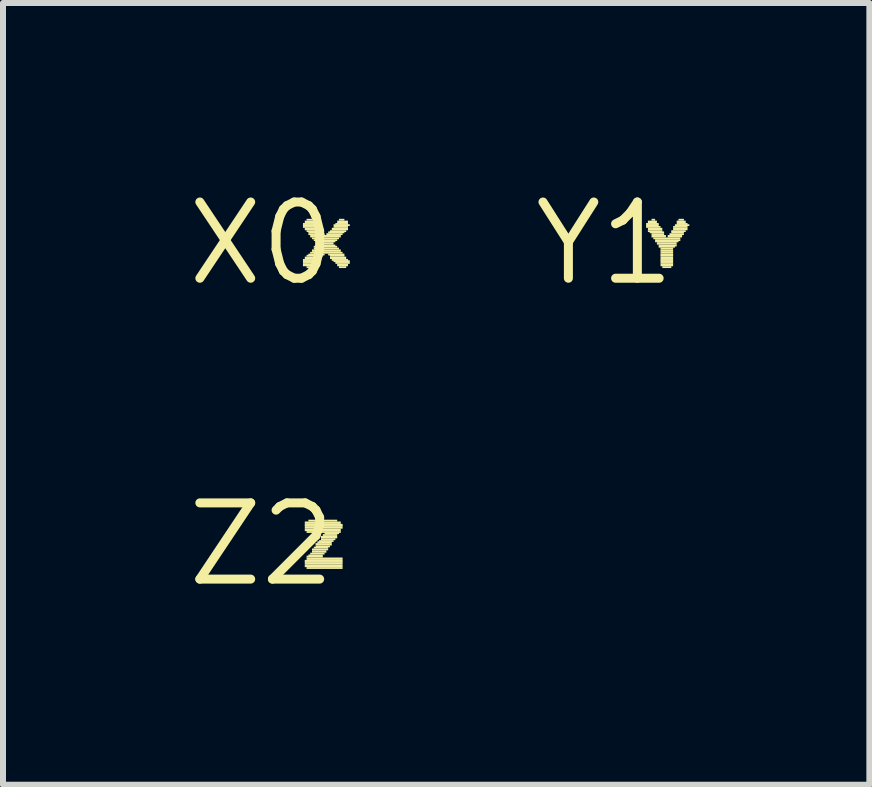
<source format=kicad_pcb>
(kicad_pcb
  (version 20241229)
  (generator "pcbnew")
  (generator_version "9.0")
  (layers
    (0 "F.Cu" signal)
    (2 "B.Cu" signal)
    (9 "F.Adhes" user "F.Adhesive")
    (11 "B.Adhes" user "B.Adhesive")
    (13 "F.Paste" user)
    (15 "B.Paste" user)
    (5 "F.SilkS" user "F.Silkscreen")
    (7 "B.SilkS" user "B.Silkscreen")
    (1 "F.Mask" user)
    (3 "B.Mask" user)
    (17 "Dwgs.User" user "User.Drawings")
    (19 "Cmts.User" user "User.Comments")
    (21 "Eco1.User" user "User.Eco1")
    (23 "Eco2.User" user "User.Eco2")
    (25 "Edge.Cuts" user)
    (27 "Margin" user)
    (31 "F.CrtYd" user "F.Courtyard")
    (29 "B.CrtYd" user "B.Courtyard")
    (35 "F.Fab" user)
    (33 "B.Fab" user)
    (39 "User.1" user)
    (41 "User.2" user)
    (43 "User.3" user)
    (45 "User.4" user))
  (footprint "X0"
    (layer "F.Cu")
    (at 1.308 1.006)
    (property "Reference" "X0" (at 0 0 0) (layer "F.SilkS") (effects (font (size 1.27 1.27) (thickness 0.15))))
    (fp_poly (pts (xy 0.69 -0.31) (xy 0.9 -0.31) (xy 0.9 -0.34) (xy 0.69 -0.34)) (stroke (width 0) (type default)) (fill yes) (layer "F.SilkS"))
    (fp_poly (pts (xy 0.69 -0.29) (xy 0.93 -0.29) (xy 0.93 -0.32) (xy 0.69 -0.32)) (stroke (width 0) (type default)) (fill yes) (layer "F.SilkS"))
    (fp_poly (pts (xy 0.69 -0.26) (xy 0.96 -0.26) (xy 0.96 -0.29) (xy 0.69 -0.29)) (stroke (width 0) (type default)) (fill yes) (layer "F.SilkS"))
    (fp_poly (pts (xy 0.69 0.29) (xy 0.96 0.29) (xy 0.96 0.26) (xy 0.69 0.26)) (stroke (width 0) (type default)) (fill yes) (layer "F.SilkS"))
    (fp_poly (pts (xy 0.69 0.31) (xy 0.93 0.31) (xy 0.93 0.28) (xy 0.69 0.28)) (stroke (width 0) (type default)) (fill yes) (layer "F.SilkS"))
    (fp_poly (pts (xy 0.69 0.34) (xy 0.9 0.34) (xy 0.9 0.31) (xy 0.69 0.31)) (stroke (width 0) (type default)) (fill yes) (layer "F.SilkS"))
    (fp_poly (pts (xy 0.69 0.38) (xy 0.87 0.38) (xy 0.87 0.34) (xy 0.69 0.34)) (stroke (width 0) (type default)) (fill yes) (layer "F.SilkS"))
    (fp_poly (pts (xy 0.72 -0.34) (xy 0.87 -0.34) (xy 0.87 -0.38) (xy 0.72 -0.38)) (stroke (width 0) (type default)) (fill yes) (layer "F.SilkS"))
    (fp_poly (pts (xy 0.72 -0.22) (xy 0.99 -0.22) (xy 0.99 -0.26) (xy 0.72 -0.26)) (stroke (width 0) (type default)) (fill yes) (layer "F.SilkS"))
    (fp_poly (pts (xy 0.72 0.26) (xy 0.99 0.26) (xy 0.99 0.22) (xy 0.72 0.22)) (stroke (width 0) (type default)) (fill yes) (layer "F.SilkS"))
    (fp_poly (pts (xy 0.75 -0.38) (xy 0.84 -0.38) (xy 0.84 -0.41) (xy 0.75 -0.41)) (stroke (width 0) (type default)) (fill yes) (layer "F.SilkS"))
    (fp_poly (pts (xy 0.75 -0.19) (xy 1.02 -0.19) (xy 1.02 -0.22) (xy 0.75 -0.22)) (stroke (width 0) (type default)) (fill yes) (layer "F.SilkS"))
    (fp_poly (pts (xy 0.75 0.22) (xy 1.02 0.22) (xy 1.02 0.19) (xy 0.75 0.19)) (stroke (width 0) (type default)) (fill yes) (layer "F.SilkS"))
    (fp_poly (pts (xy 0.75 0.41) (xy 0.84 0.41) (xy 0.84 0.38) (xy 0.75 0.38)) (stroke (width 0) (type default)) (fill yes) (layer "F.SilkS"))
    (fp_poly (pts (xy 0.78 -0.17) (xy 1.02 -0.17) (xy 1.02 -0.2) (xy 0.78 -0.2)) (stroke (width 0) (type default)) (fill yes) (layer "F.SilkS"))
    (fp_poly (pts (xy 0.78 -0.14) (xy 1.05 -0.14) (xy 1.05 -0.17) (xy 0.78 -0.17)) (stroke (width 0) (type default)) (fill yes) (layer "F.SilkS"))
    (fp_poly (pts (xy 0.78 0.2) (xy 1.05 0.2) (xy 1.05 0.17) (xy 0.78 0.17)) (stroke (width 0) (type default)) (fill yes) (layer "F.SilkS"))
    (fp_poly (pts (xy 0.81 -0.1) (xy 1.32 -0.1) (xy 1.32 -0.14) (xy 0.81 -0.14)) (stroke (width 0) (type default)) (fill yes) (layer "F.SilkS"))
    (fp_poly (pts (xy 0.81 0.17) (xy 1.35 0.17) (xy 1.35 0.14) (xy 0.81 0.14)) (stroke (width 0) (type default)) (fill yes) (layer "F.SilkS"))
    (fp_poly (pts (xy 0.84 -0.07) (xy 1.29 -0.07) (xy 1.29 -0.1) (xy 0.84 -0.1)) (stroke (width 0) (type default)) (fill yes) (layer "F.SilkS"))
    (fp_poly (pts (xy 0.84 0.14) (xy 1.32 0.14) (xy 1.32 0.1) (xy 0.84 0.1)) (stroke (width 0) (type default)) (fill yes) (layer "F.SilkS"))
    (fp_poly (pts (xy 0.87 -0.04) (xy 1.26 -0.04) (xy 1.26 -0.07) (xy 0.87 -0.07)) (stroke (width 0) (type default)) (fill yes) (layer "F.SilkS"))
    (fp_poly (pts (xy 0.87 0.07) (xy 1.26 0.07) (xy 1.26 0.04) (xy 0.87 0.04)) (stroke (width 0) (type default)) (fill yes) (layer "F.SilkS"))
    (fp_poly (pts (xy 0.87 0.1) (xy 1.29 0.1) (xy 1.29 0.07) (xy 0.87 0.07)) (stroke (width 0) (type default)) (fill yes) (layer "F.SilkS"))
    (fp_poly (pts (xy 0.9 -0.02) (xy 1.23 -0.02) (xy 1.23 -0.05) (xy 0.9 -0.05)) (stroke (width 0) (type default)) (fill yes) (layer "F.SilkS"))
    (fp_poly (pts (xy 0.9 0.05) (xy 1.23 0.05) (xy 1.23 0.02) (xy 0.9 0.02)) (stroke (width 0) (type default)) (fill yes) (layer "F.SilkS"))
    (fp_poly (pts (xy 0.93 0.02) (xy 1.2 0.02) (xy 1.2 -0.02) (xy 0.93 -0.02)) (stroke (width 0) (type default)) (fill yes) (layer "F.SilkS"))
    (fp_poly (pts (xy 1.08 -0.14) (xy 1.35 -0.14) (xy 1.35 -0.17) (xy 1.08 -0.17)) (stroke (width 0) (type default)) (fill yes) (layer "F.SilkS"))
    (fp_poly (pts (xy 1.11 -0.17) (xy 1.38 -0.17) (xy 1.38 -0.2) (xy 1.11 -0.2)) (stroke (width 0) (type default)) (fill yes) (layer "F.SilkS"))
    (fp_poly (pts (xy 1.11 0.2) (xy 1.38 0.2) (xy 1.38 0.17) (xy 1.11 0.17)) (stroke (width 0) (type default)) (fill yes) (layer "F.SilkS"))
    (fp_poly (pts (xy 1.14 -0.19) (xy 1.41 -0.19) (xy 1.41 -0.22) (xy 1.14 -0.22)) (stroke (width 0) (type default)) (fill yes) (layer "F.SilkS"))
    (fp_poly (pts (xy 1.14 0.22) (xy 1.38 0.22) (xy 1.38 0.19) (xy 1.14 0.19)) (stroke (width 0) (type default)) (fill yes) (layer "F.SilkS"))
    (fp_poly (pts (xy 1.14 0.26) (xy 1.41 0.26) (xy 1.41 0.22) (xy 1.14 0.22)) (stroke (width 0) (type default)) (fill yes) (layer "F.SilkS"))
    (fp_poly (pts (xy 1.17 -0.22) (xy 1.44 -0.22) (xy 1.44 -0.26) (xy 1.17 -0.26)) (stroke (width 0) (type default)) (fill yes) (layer "F.SilkS"))
    (fp_poly (pts (xy 1.17 0.29) (xy 1.44 0.29) (xy 1.44 0.26) (xy 1.17 0.26)) (stroke (width 0) (type default)) (fill yes) (layer "F.SilkS"))
    (fp_poly (pts (xy 1.2 -0.29) (xy 1.47 -0.29) (xy 1.47 -0.32) (xy 1.2 -0.32)) (stroke (width 0) (type default)) (fill yes) (layer "F.SilkS"))
    (fp_poly (pts (xy 1.2 -0.26) (xy 1.44 -0.26) (xy 1.44 -0.29) (xy 1.2 -0.29)) (stroke (width 0) (type default)) (fill yes) (layer "F.SilkS"))
    (fp_poly (pts (xy 1.2 0.31) (xy 1.47 0.31) (xy 1.47 0.28) (xy 1.2 0.28)) (stroke (width 0) (type default)) (fill yes) (layer "F.SilkS"))
    (fp_poly (pts (xy 1.23 -0.31) (xy 1.44 -0.31) (xy 1.44 -0.34) (xy 1.23 -0.34)) (stroke (width 0) (type default)) (fill yes) (layer "F.SilkS"))
    (fp_poly (pts (xy 1.23 0.34) (xy 1.47 0.34) (xy 1.47 0.31) (xy 1.23 0.31)) (stroke (width 0) (type default)) (fill yes) (layer "F.SilkS"))
    (fp_poly (pts (xy 1.26 -0.34) (xy 1.44 -0.34) (xy 1.44 -0.38) (xy 1.26 -0.38)) (stroke (width 0) (type default)) (fill yes) (layer "F.SilkS"))
    (fp_poly (pts (xy 1.26 0.38) (xy 1.44 0.38) (xy 1.44 0.34) (xy 1.26 0.34)) (stroke (width 0) (type default)) (fill yes) (layer "F.SilkS"))
    (fp_poly (pts (xy 1.29 -0.38) (xy 1.38 -0.38) (xy 1.38 -0.41) (xy 1.29 -0.41)) (stroke (width 0) (type default)) (fill yes) (layer "F.SilkS"))
    (fp_poly (pts (xy 1.29 0.41) (xy 1.41 0.41) (xy 1.41 0.38) (xy 1.29 0.38)) (stroke (width 0) (type default)) (fill yes) (layer "F.SilkS")))
  (footprint "Y1"
    (layer "F.Cu")
    (at 7.025 1.006)
    (property "Reference" "Y1" (at 0 0 0) (layer "F.SilkS") (effects (font (size 1.27 1.27) (thickness 0.15))))
    (fp_poly (pts (xy 0.69 -0.31) (xy 0.9 -0.31) (xy 0.9 -0.34) (xy 0.69 -0.34)) (stroke (width 0) (type default)) (fill yes) (layer "F.SilkS"))
    (fp_poly (pts (xy 0.69 -0.29) (xy 0.9 -0.29) (xy 0.9 -0.32) (xy 0.69 -0.32)) (stroke (width 0) (type default)) (fill yes) (layer "F.SilkS"))
    (fp_poly (pts (xy 0.69 -0.26) (xy 0.93 -0.26) (xy 0.93 -0.29) (xy 0.69 -0.29)) (stroke (width 0) (type default)) (fill yes) (layer "F.SilkS"))
    (fp_poly (pts (xy 0.72 -0.34) (xy 0.87 -0.34) (xy 0.87 -0.38) (xy 0.72 -0.38)) (stroke (width 0) (type default)) (fill yes) (layer "F.SilkS"))
    (fp_poly (pts (xy 0.72 -0.22) (xy 0.96 -0.22) (xy 0.96 -0.26) (xy 0.72 -0.26)) (stroke (width 0) (type default)) (fill yes) (layer "F.SilkS"))
    (fp_poly (pts (xy 0.72 -0.19) (xy 0.96 -0.19) (xy 0.96 -0.22) (xy 0.72 -0.22)) (stroke (width 0) (type default)) (fill yes) (layer "F.SilkS"))
    (fp_poly (pts (xy 0.75 -0.17) (xy 0.99 -0.17) (xy 0.99 -0.2) (xy 0.75 -0.2)) (stroke (width 0) (type default)) (fill yes) (layer "F.SilkS"))
    (fp_poly (pts (xy 0.78 -0.38) (xy 0.84 -0.38) (xy 0.84 -0.41) (xy 0.78 -0.41)) (stroke (width 0) (type default)) (fill yes) (layer "F.SilkS"))
    (fp_poly (pts (xy 0.78 -0.14) (xy 0.99 -0.14) (xy 0.99 -0.17) (xy 0.78 -0.17)) (stroke (width 0) (type default)) (fill yes) (layer "F.SilkS"))
    (fp_poly (pts (xy 0.78 -0.1) (xy 1.02 -0.1) (xy 1.02 -0.14) (xy 0.78 -0.14)) (stroke (width 0) (type default)) (fill yes) (layer "F.SilkS"))
    (fp_poly (pts (xy 0.81 -0.07) (xy 1.26 -0.07) (xy 1.26 -0.1) (xy 0.81 -0.1)) (stroke (width 0) (type default)) (fill yes) (layer "F.SilkS"))
    (fp_poly (pts (xy 0.84 -0.04) (xy 1.26 -0.04) (xy 1.26 -0.07) (xy 0.84 -0.07)) (stroke (width 0) (type default)) (fill yes) (layer "F.SilkS"))
    (fp_poly (pts (xy 0.84 -0.02) (xy 1.23 -0.02) (xy 1.23 -0.05) (xy 0.84 -0.05)) (stroke (width 0) (type default)) (fill yes) (layer "F.SilkS"))
    (fp_poly (pts (xy 0.87 0.02) (xy 1.2 0.02) (xy 1.2 -0.02) (xy 0.87 -0.02)) (stroke (width 0) (type default)) (fill yes) (layer "F.SilkS"))
    (fp_poly (pts (xy 0.9 0.05) (xy 1.2 0.05) (xy 1.2 0.02) (xy 0.9 0.02)) (stroke (width 0) (type default)) (fill yes) (layer "F.SilkS"))
    (fp_poly (pts (xy 0.9 0.07) (xy 1.17 0.07) (xy 1.17 0.04) (xy 0.9 0.04)) (stroke (width 0) (type default)) (fill yes) (layer "F.SilkS"))
    (fp_poly (pts (xy 0.93 0.1) (xy 1.14 0.1) (xy 1.14 0.07) (xy 0.93 0.07)) (stroke (width 0) (type default)) (fill yes) (layer "F.SilkS"))
    (fp_poly (pts (xy 0.93 0.14) (xy 1.14 0.14) (xy 1.14 0.1) (xy 0.93 0.1)) (stroke (width 0) (type default)) (fill yes) (layer "F.SilkS"))
    (fp_poly (pts (xy 0.93 0.17) (xy 1.14 0.17) (xy 1.14 0.14) (xy 0.93 0.14)) (stroke (width 0) (type default)) (fill yes) (layer "F.SilkS"))
    (fp_poly (pts (xy 0.93 0.2) (xy 1.14 0.2) (xy 1.14 0.17) (xy 0.93 0.17)) (stroke (width 0) (type default)) (fill yes) (layer "F.SilkS"))
    (fp_poly (pts (xy 0.93 0.22) (xy 1.14 0.22) (xy 1.14 0.19) (xy 0.93 0.19)) (stroke (width 0) (type default)) (fill yes) (layer "F.SilkS"))
    (fp_poly (pts (xy 0.93 0.26) (xy 1.14 0.26) (xy 1.14 0.22) (xy 0.93 0.22)) (stroke (width 0) (type default)) (fill yes) (layer "F.SilkS"))
    (fp_poly (pts (xy 0.93 0.29) (xy 1.14 0.29) (xy 1.14 0.26) (xy 0.93 0.26)) (stroke (width 0) (type default)) (fill yes) (layer "F.SilkS"))
    (fp_poly (pts (xy 0.93 0.31) (xy 1.14 0.31) (xy 1.14 0.28) (xy 0.93 0.28)) (stroke (width 0) (type default)) (fill yes) (layer "F.SilkS"))
    (fp_poly (pts (xy 0.93 0.34) (xy 1.14 0.34) (xy 1.14 0.31) (xy 0.93 0.31)) (stroke (width 0) (type default)) (fill yes) (layer "F.SilkS"))
    (fp_poly (pts (xy 0.93 0.38) (xy 1.14 0.38) (xy 1.14 0.34) (xy 0.93 0.34)) (stroke (width 0) (type default)) (fill yes) (layer "F.SilkS"))
    (fp_poly (pts (xy 0.96 0.41) (xy 1.11 0.41) (xy 1.11 0.38) (xy 0.96 0.38)) (stroke (width 0) (type default)) (fill yes) (layer "F.SilkS"))
    (fp_poly (pts (xy 1.05 -0.1) (xy 1.29 -0.1) (xy 1.29 -0.14) (xy 1.05 -0.14)) (stroke (width 0) (type default)) (fill yes) (layer "F.SilkS"))
    (fp_poly (pts (xy 1.08 -0.14) (xy 1.32 -0.14) (xy 1.32 -0.17) (xy 1.08 -0.17)) (stroke (width 0) (type default)) (fill yes) (layer "F.SilkS"))
    (fp_poly (pts (xy 1.11 -0.19) (xy 1.35 -0.19) (xy 1.35 -0.22) (xy 1.11 -0.22)) (stroke (width 0) (type default)) (fill yes) (layer "F.SilkS"))
    (fp_poly (pts (xy 1.11 -0.17) (xy 1.32 -0.17) (xy 1.32 -0.2) (xy 1.11 -0.2)) (stroke (width 0) (type default)) (fill yes) (layer "F.SilkS"))
    (fp_poly (pts (xy 1.14 -0.26) (xy 1.38 -0.26) (xy 1.38 -0.29) (xy 1.14 -0.29)) (stroke (width 0) (type default)) (fill yes) (layer "F.SilkS"))
    (fp_poly (pts (xy 1.14 -0.22) (xy 1.38 -0.22) (xy 1.38 -0.26) (xy 1.14 -0.26)) (stroke (width 0) (type default)) (fill yes) (layer "F.SilkS"))
    (fp_poly (pts (xy 1.17 -0.29) (xy 1.41 -0.29) (xy 1.41 -0.32) (xy 1.17 -0.32)) (stroke (width 0) (type default)) (fill yes) (layer "F.SilkS"))
    (fp_poly (pts (xy 1.2 -0.34) (xy 1.35 -0.34) (xy 1.35 -0.38) (xy 1.2 -0.38)) (stroke (width 0) (type default)) (fill yes) (layer "F.SilkS"))
    (fp_poly (pts (xy 1.2 -0.31) (xy 1.38 -0.31) (xy 1.38 -0.34) (xy 1.2 -0.34)) (stroke (width 0) (type default)) (fill yes) (layer "F.SilkS"))
    (fp_poly (pts (xy 1.23 -0.38) (xy 1.32 -0.38) (xy 1.32 -0.41) (xy 1.23 -0.41)) (stroke (width 0) (type default)) (fill yes) (layer "F.SilkS")))
  (footprint "Z2"
    (layer "F.Cu")
    (at 1.308 6.019)
    (property "Reference" "Z2" (at 0 0 0) (layer "F.SilkS") (effects (font (size 1.27 1.27) (thickness 0.15))))
    (fp_poly (pts (xy 0.72 -0.34) (xy 1.32 -0.34) (xy 1.32 -0.38) (xy 0.72 -0.38)) (stroke (width 0) (type default)) (fill yes) (layer "F.SilkS"))
    (fp_poly (pts (xy 0.72 -0.31) (xy 1.35 -0.31) (xy 1.35 -0.34) (xy 0.72 -0.34)) (stroke (width 0) (type default)) (fill yes) (layer "F.SilkS"))
    (fp_poly (pts (xy 0.72 -0.29) (xy 1.35 -0.29) (xy 1.35 -0.32) (xy 0.72 -0.32)) (stroke (width 0) (type default)) (fill yes) (layer "F.SilkS"))
    (fp_poly (pts (xy 0.72 -0.26) (xy 1.35 -0.26) (xy 1.35 -0.29) (xy 0.72 -0.29)) (stroke (width 0) (type default)) (fill yes) (layer "F.SilkS"))
    (fp_poly (pts (xy 0.72 -0.22) (xy 1.32 -0.22) (xy 1.32 -0.26) (xy 0.72 -0.26)) (stroke (width 0) (type default)) (fill yes) (layer "F.SilkS"))
    (fp_poly (pts (xy 0.72 0.29) (xy 1.35 0.29) (xy 1.35 0.26) (xy 0.72 0.26)) (stroke (width 0) (type default)) (fill yes) (layer "F.SilkS"))
    (fp_poly (pts (xy 0.72 0.31) (xy 1.35 0.31) (xy 1.35 0.28) (xy 0.72 0.28)) (stroke (width 0) (type default)) (fill yes) (layer "F.SilkS"))
    (fp_poly (pts (xy 0.72 0.34) (xy 1.35 0.34) (xy 1.35 0.31) (xy 0.72 0.31)) (stroke (width 0) (type default)) (fill yes) (layer "F.SilkS"))
    (fp_poly (pts (xy 0.72 0.38) (xy 1.35 0.38) (xy 1.35 0.34) (xy 0.72 0.34)) (stroke (width 0) (type default)) (fill yes) (layer "F.SilkS"))
    (fp_poly (pts (xy 0.75 -0.19) (xy 1.32 -0.19) (xy 1.32 -0.22) (xy 0.75 -0.22)) (stroke (width 0) (type default)) (fill yes) (layer "F.SilkS"))
    (fp_poly (pts (xy 0.75 0.22) (xy 1.02 0.22) (xy 1.02 0.19) (xy 0.75 0.19)) (stroke (width 0) (type default)) (fill yes) (layer "F.SilkS"))
    (fp_poly (pts (xy 0.75 0.26) (xy 1.35 0.26) (xy 1.35 0.22) (xy 0.75 0.22)) (stroke (width 0) (type default)) (fill yes) (layer "F.SilkS"))
    (fp_poly (pts (xy 0.75 0.41) (xy 1.35 0.41) (xy 1.35 0.38) (xy 0.75 0.38)) (stroke (width 0) (type default)) (fill yes) (layer "F.SilkS"))
    (fp_poly (pts (xy 0.78 -0.38) (xy 1.26 -0.38) (xy 1.26 -0.41) (xy 0.78 -0.41)) (stroke (width 0) (type default)) (fill yes) (layer "F.SilkS"))
    (fp_poly (pts (xy 0.78 0.2) (xy 1.02 0.2) (xy 1.02 0.17) (xy 0.78 0.17)) (stroke (width 0) (type default)) (fill yes) (layer "F.SilkS"))
    (fp_poly (pts (xy 0.81 0.17) (xy 1.05 0.17) (xy 1.05 0.14) (xy 0.81 0.14)) (stroke (width 0) (type default)) (fill yes) (layer "F.SilkS"))
    (fp_poly (pts (xy 0.84 0.1) (xy 1.11 0.1) (xy 1.11 0.07) (xy 0.84 0.07)) (stroke (width 0) (type default)) (fill yes) (layer "F.SilkS"))
    (fp_poly (pts (xy 0.84 0.14) (xy 1.08 0.14) (xy 1.08 0.1) (xy 0.84 0.1)) (stroke (width 0) (type default)) (fill yes) (layer "F.SilkS"))
    (fp_poly (pts (xy 0.87 0.07) (xy 1.11 0.07) (xy 1.11 0.04) (xy 0.87 0.04)) (stroke (width 0) (type default)) (fill yes) (layer "F.SilkS"))
    (fp_poly (pts (xy 0.9 0.02) (xy 1.17 0.02) (xy 1.17 -0.02) (xy 0.9 -0.02)) (stroke (width 0) (type default)) (fill yes) (layer "F.SilkS"))
    (fp_poly (pts (xy 0.9 0.05) (xy 1.14 0.05) (xy 1.14 0.02) (xy 0.9 0.02)) (stroke (width 0) (type default)) (fill yes) (layer "F.SilkS"))
    (fp_poly (pts (xy 0.93 -0.02) (xy 1.17 -0.02) (xy 1.17 -0.05) (xy 0.93 -0.05)) (stroke (width 0) (type default)) (fill yes) (layer "F.SilkS"))
    (fp_poly (pts (xy 0.96 -0.04) (xy 1.2 -0.04) (xy 1.2 -0.07) (xy 0.96 -0.07)) (stroke (width 0) (type default)) (fill yes) (layer "F.SilkS"))
    (fp_poly (pts (xy 0.99 -0.1) (xy 1.26 -0.1) (xy 1.26 -0.14) (xy 0.99 -0.14)) (stroke (width 0) (type default)) (fill yes) (layer "F.SilkS"))
    (fp_poly (pts (xy 0.99 -0.07) (xy 1.23 -0.07) (xy 1.23 -0.1) (xy 0.99 -0.1)) (stroke (width 0) (type default)) (fill yes) (layer "F.SilkS"))
    (fp_poly (pts (xy 1.02 -0.14) (xy 1.26 -0.14) (xy 1.26 -0.17) (xy 1.02 -0.17)) (stroke (width 0) (type default)) (fill yes) (layer "F.SilkS"))
    (fp_poly (pts (xy 1.05 -0.17) (xy 1.29 -0.17) (xy 1.29 -0.2) (xy 1.05 -0.2)) (stroke (width 0) (type default)) (fill yes) (layer "F.SilkS")))
  (gr_rect
    (start -3 -3)
    (end 11.435 10.025)
    (stroke (width 0.1) (type default))
    (fill no)
    (layer "Edge.Cuts")))
</source>
